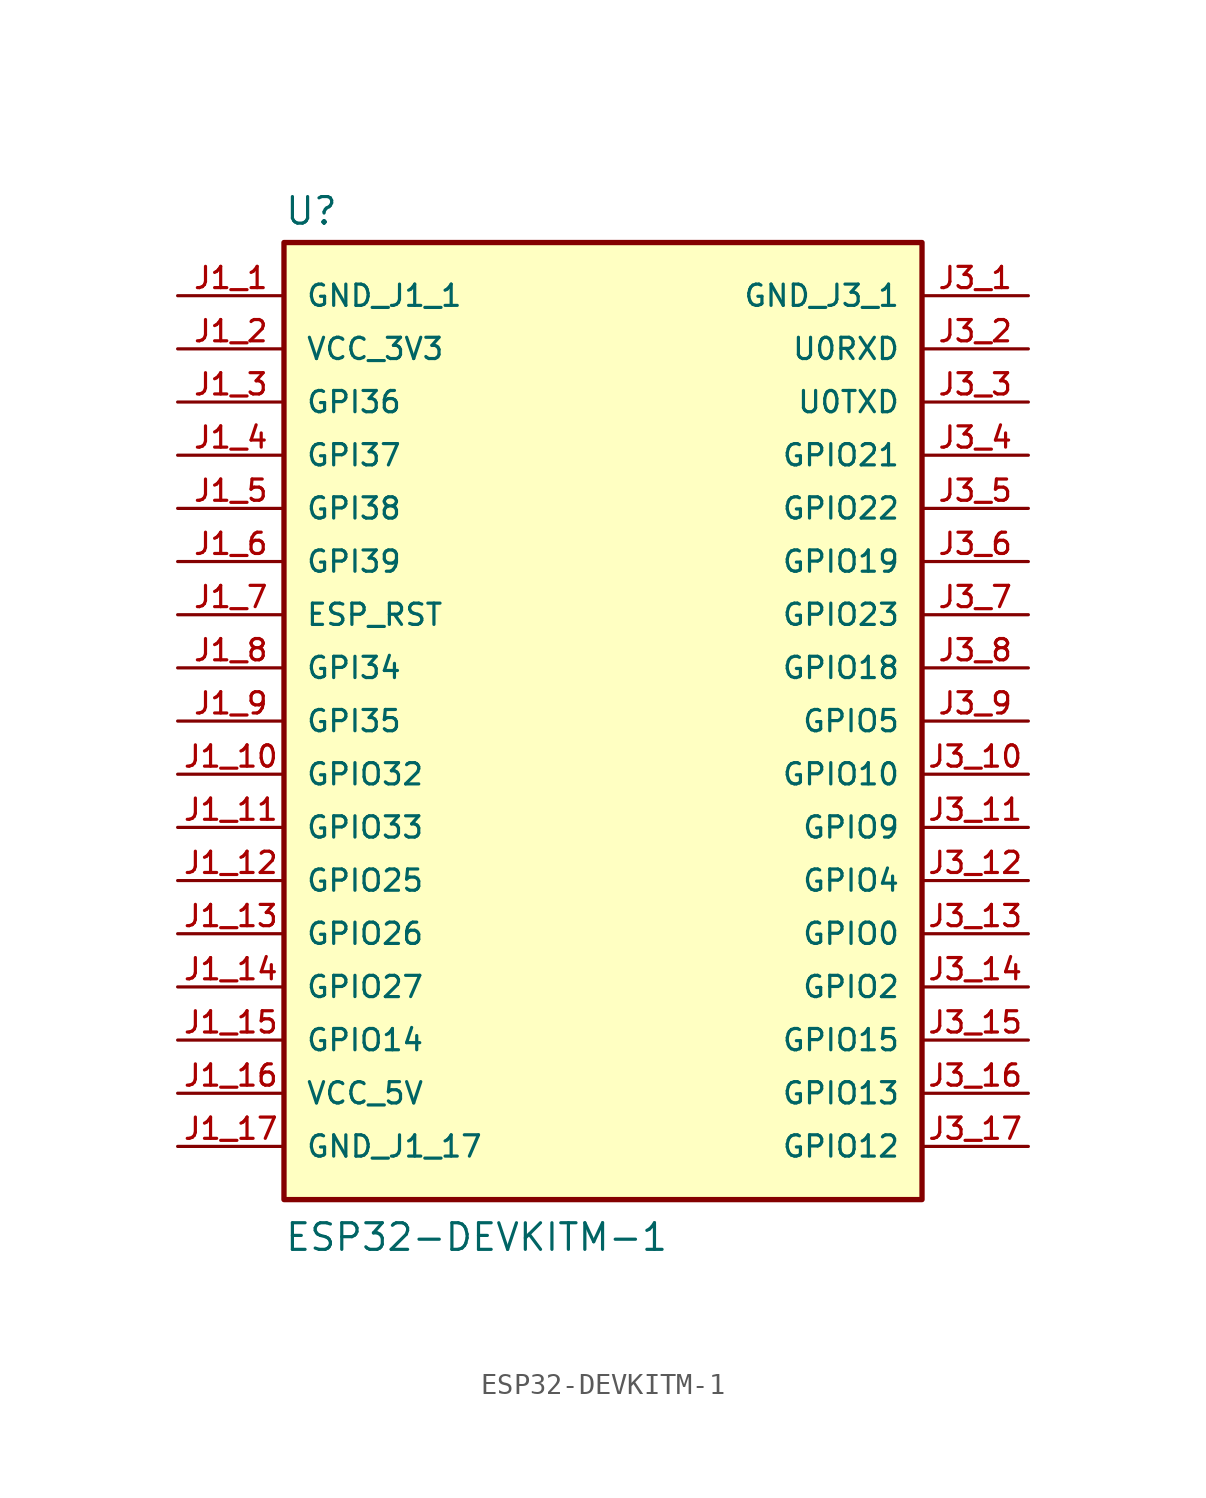
<source format=kicad_sym>
(kicad_symbol_lib
  (version 20211014)
  (generator kicad_symbol_editor)
  (symbol "ESP32-DEVKITM-1"
    (pin_names
      (offset 1.016))
    (property "Reference" "U"
      (at -15.24 23.622 0)
      (effects (font (size 1.27 1.27)) (justify bottom left)))
    (property "Value" "ESP32-DEVKITM-1"
      (at -15.24 -25.4 0)
      (effects (font (size 1.27 1.27)) (justify bottom left)))
    (symbol "ESP32-DEVKITM-1_0_0"
      (rectangle (start -15.24 -22.86) (end 15.24 22.86) (stroke (width 0.254)) (fill (type background)))
      (pin power_in line (at -20.32 20.32 0) (length 5.08) (name "GND_J1_1" (effects (font (size 1.016 1.016)))) (number "J1_1" (effects (font (size 1.016 1.016)))))
      (pin power_in line (at -20.32 17.78 0) (length 5.08) (name "VCC_3V3" (effects (font (size 1.016 1.016)))) (number "J1_2" (effects (font (size 1.016 1.016)))))
      (pin bidirectional line (at -20.32 15.24 0) (length 5.08) (name "GPI36" (effects (font (size 1.016 1.016)))) (number "J1_3" (effects (font (size 1.016 1.016)))))
      (pin bidirectional line (at -20.32 12.7 0) (length 5.08) (name "GPI37" (effects (font (size 1.016 1.016)))) (number "J1_4" (effects (font (size 1.016 1.016)))))
      (pin bidirectional line (at -20.32 10.16 0) (length 5.08) (name "GPI38" (effects (font (size 1.016 1.016)))) (number "J1_5" (effects (font (size 1.016 1.016)))))
      (pin bidirectional line (at -20.32 7.62 0) (length 5.08) (name "GPI39" (effects (font (size 1.016 1.016)))) (number "J1_6" (effects (font (size 1.016 1.016)))))
      (pin input line (at -20.32 5.08 0) (length 5.08) (name "ESP_RST" (effects (font (size 1.016 1.016)))) (number "J1_7" (effects (font (size 1.016 1.016)))))
      (pin bidirectional line (at -20.32 2.54 0) (length 5.08) (name "GPI34" (effects (font (size 1.016 1.016)))) (number "J1_8" (effects (font (size 1.016 1.016)))))
      (pin bidirectional line (at -20.32 0.0 0) (length 5.08) (name "GPI35" (effects (font (size 1.016 1.016)))) (number "J1_9" (effects (font (size 1.016 1.016)))))
      (pin bidirectional line (at -20.32 -2.54 0) (length 5.08) (name "GPIO32" (effects (font (size 1.016 1.016)))) (number "J1_10" (effects (font (size 1.016 1.016)))))
      (pin bidirectional line (at -20.32 -5.08 0) (length 5.08) (name "GPIO33" (effects (font (size 1.016 1.016)))) (number "J1_11" (effects (font (size 1.016 1.016)))))
      (pin bidirectional line (at -20.32 -7.62 0) (length 5.08) (name "GPIO25" (effects (font (size 1.016 1.016)))) (number "J1_12" (effects (font (size 1.016 1.016)))))
      (pin bidirectional line (at -20.32 -10.16 0) (length 5.08) (name "GPIO26" (effects (font (size 1.016 1.016)))) (number "J1_13" (effects (font (size 1.016 1.016)))))
      (pin bidirectional line (at -20.32 -12.7 0) (length 5.08) (name "GPIO27" (effects (font (size 1.016 1.016)))) (number "J1_14" (effects (font (size 1.016 1.016)))))
      (pin bidirectional line (at -20.32 -15.24 0) (length 5.08) (name "GPIO14" (effects (font (size 1.016 1.016)))) (number "J1_15" (effects (font (size 1.016 1.016)))))
      (pin power_in line (at -20.32 -17.78 0) (length 5.08) (name "VCC_5V" (effects (font (size 1.016 1.016)))) (number "J1_16" (effects (font (size 1.016 1.016)))))
      (pin bidirectional line (at 20.32 17.78 180.0) (length 5.08) (name "U0RXD" (effects (font (size 1.016 1.016)))) (number "J3_2" (effects (font (size 1.016 1.016)))))
      (pin bidirectional line (at 20.32 15.24 180.0) (length 5.08) (name "U0TXD" (effects (font (size 1.016 1.016)))) (number "J3_3" (effects (font (size 1.016 1.016)))))
      (pin bidirectional line (at 20.32 12.7 180.0) (length 5.08) (name "GPIO21" (effects (font (size 1.016 1.016)))) (number "J3_4" (effects (font (size 1.016 1.016)))))
      (pin bidirectional line (at 20.32 10.16 180.0) (length 5.08) (name "GPIO22" (effects (font (size 1.016 1.016)))) (number "J3_5" (effects (font (size 1.016 1.016)))))
      (pin bidirectional line (at 20.32 7.62 180.0) (length 5.08) (name "GPIO19" (effects (font (size 1.016 1.016)))) (number "J3_6" (effects (font (size 1.016 1.016)))))
      (pin bidirectional line (at 20.32 5.08 180.0) (length 5.08) (name "GPIO23" (effects (font (size 1.016 1.016)))) (number "J3_7" (effects (font (size 1.016 1.016)))))
      (pin bidirectional line (at 20.32 2.54 180.0) (length 5.08) (name "GPIO18" (effects (font (size 1.016 1.016)))) (number "J3_8" (effects (font (size 1.016 1.016)))))
      (pin bidirectional line (at 20.32 0.0 180.0) (length 5.08) (name "GPIO5" (effects (font (size 1.016 1.016)))) (number "J3_9" (effects (font (size 1.016 1.016)))))
      (pin bidirectional line (at 20.32 -2.54 180.0) (length 5.08) (name "GPIO10" (effects (font (size 1.016 1.016)))) (number "J3_10" (effects (font (size 1.016 1.016)))))
      (pin bidirectional line (at 20.32 -5.08 180.0) (length 5.08) (name "GPIO9" (effects (font (size 1.016 1.016)))) (number "J3_11" (effects (font (size 1.016 1.016)))))
      (pin bidirectional line (at 20.32 -7.62 180.0) (length 5.08) (name "GPIO4" (effects (font (size 1.016 1.016)))) (number "J3_12" (effects (font (size 1.016 1.016)))))
      (pin bidirectional line (at 20.32 -10.16 180.0) (length 5.08) (name "GPIO0" (effects (font (size 1.016 1.016)))) (number "J3_13" (effects (font (size 1.016 1.016)))))
      (pin bidirectional line (at 20.32 -12.7 180.0) (length 5.08) (name "GPIO2" (effects (font (size 1.016 1.016)))) (number "J3_14" (effects (font (size 1.016 1.016)))))
      (pin bidirectional line (at 20.32 -15.24 180.0) (length 5.08) (name "GPIO15" (effects (font (size 1.016 1.016)))) (number "J3_15" (effects (font (size 1.016 1.016)))))
      (pin bidirectional line (at 20.32 -17.78 180.0) (length 5.08) (name "GPIO13" (effects (font (size 1.016 1.016)))) (number "J3_16" (effects (font (size 1.016 1.016)))))
      (pin bidirectional line (at 20.32 -20.32 180.0) (length 5.08) (name "GPIO12" (effects (font (size 1.016 1.016)))) (number "J3_17" (effects (font (size 1.016 1.016)))))
      (pin power_in line (at -20.32 -20.32 0) (length 5.08) (name "GND_J1_17" (effects (font (size 1.016 1.016)))) (number "J1_17" (effects (font (size 1.016 1.016)))))
      (pin power_in line (at 20.32 20.32 180.0) (length 5.08) (name "GND_J3_1" (effects (font (size 1.016 1.016)))) (number "J3_1" (effects (font (size 1.016 1.016))))))))
</source>
